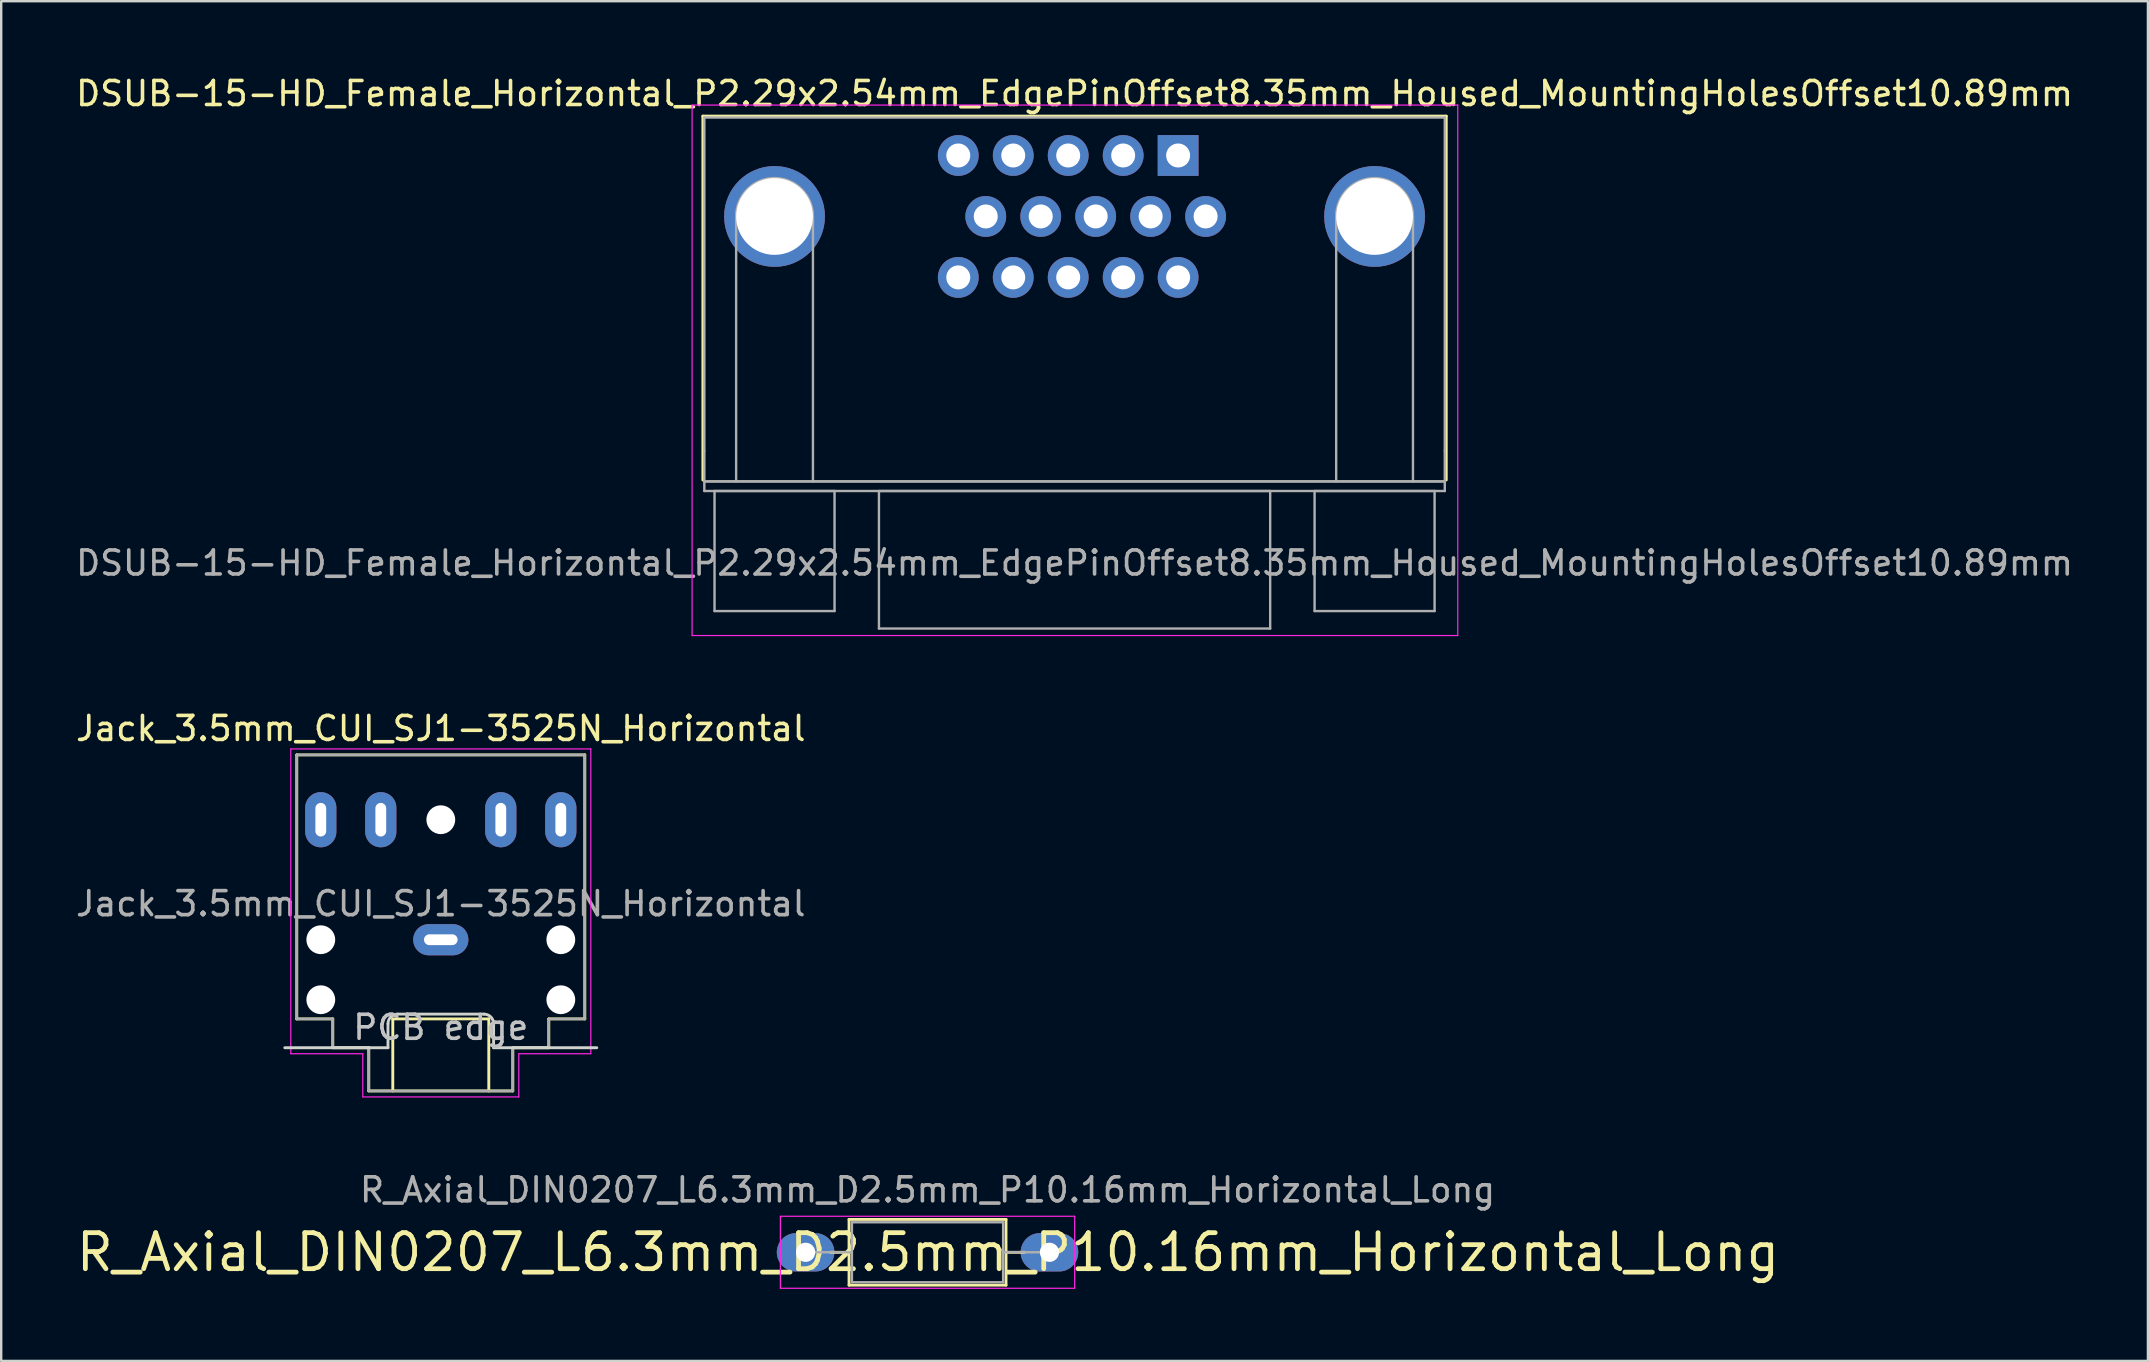
<source format=kicad_pcb>
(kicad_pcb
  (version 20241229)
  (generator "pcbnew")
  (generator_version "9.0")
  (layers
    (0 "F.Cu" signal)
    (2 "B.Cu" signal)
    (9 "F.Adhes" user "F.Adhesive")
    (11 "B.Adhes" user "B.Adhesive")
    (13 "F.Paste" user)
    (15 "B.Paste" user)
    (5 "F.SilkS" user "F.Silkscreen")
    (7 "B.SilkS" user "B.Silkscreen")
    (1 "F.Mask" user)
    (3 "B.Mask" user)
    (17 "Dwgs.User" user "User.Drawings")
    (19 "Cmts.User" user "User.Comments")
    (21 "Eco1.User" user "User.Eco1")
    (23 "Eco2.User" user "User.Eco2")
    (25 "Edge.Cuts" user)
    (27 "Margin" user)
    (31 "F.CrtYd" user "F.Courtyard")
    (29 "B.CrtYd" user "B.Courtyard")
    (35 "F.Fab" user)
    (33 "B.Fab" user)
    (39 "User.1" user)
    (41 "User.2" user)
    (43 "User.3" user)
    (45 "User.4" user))
  (footprint "Jack_3.5mm_CUI_SJ1-3525N_Horizontal"
    (layer "F.Cu")
    (at 15.315 36.102)
    (property "Reference" "Jack_3.5mm_CUI_SJ1-3525N_Horizontal" (at 0 -8.8 0) (layer "F.SilkS") (effects (font (size 1 1) (thickness 0.15))))
    (attr through_hole exclude_from_pos_files exclude_from_bom)
    (fp_line (start -6 -7.7) (end 6 -7.7) (stroke (width 0.12) (type solid)) (layer "F.SilkS"))
    (fp_line (start -6 3.3) (end -6 -7.7) (stroke (width 0.12) (type solid)) (layer "F.SilkS"))
    (fp_line (start -4.5 3.3) (end -6 3.3) (stroke (width 0.12) (type solid)) (layer "F.SilkS"))
    (fp_line (start -4.5 4.5) (end -4.5 3.3) (stroke (width 0.12) (type solid)) (layer "F.SilkS"))
    (fp_line (start -3 4.5) (end -4.5 4.5) (stroke (width 0.12) (type solid)) (layer "F.SilkS"))
    (fp_line (start -3 6.3) (end -3 4.5) (stroke (width 0.12) (type solid)) (layer "F.SilkS"))
    (fp_line (start -2 3.3) (end -2 6.3) (stroke (width 0.12) (type solid)) (layer "F.SilkS"))
    (fp_line (start 2 3.3) (end -2 3.3) (stroke (width 0.12) (type solid)) (layer "F.SilkS"))
    (fp_line (start 2 6.3) (end 2 3.3) (stroke (width 0.12) (type solid)) (layer "F.SilkS"))
    (fp_line (start 3 4.5) (end 3 6.3) (stroke (width 0.12) (type solid)) (layer "F.SilkS"))
    (fp_line (start 3 6.3) (end -3 6.3) (stroke (width 0.12) (type solid)) (layer "F.SilkS"))
    (fp_line (start 4.5 3.3) (end 4.5 4.5) (stroke (width 0.12) (type solid)) (layer "F.SilkS"))
    (fp_line (start 4.5 4.5) (end 3 4.5) (stroke (width 0.12) (type solid)) (layer "F.SilkS"))
    (fp_line (start 6 -7.7) (end 6 3.3) (stroke (width 0.12) (type solid)) (layer "F.SilkS"))
    (fp_line (start 6 3.3) (end 4.5 3.3) (stroke (width 0.12) (type solid)) (layer "F.SilkS"))
    (fp_line (start -2.2 3.5) (end -2.2 4.5) (stroke (width 0.12) (type solid)) (layer "Edge.Cuts"))
    (fp_line (start -2.2 4.5) (end -6.5 4.5) (stroke (width 0.12) (type solid)) (layer "Edge.Cuts"))
    (fp_line (start 1.8 3.1) (end -1.8 3.1) (stroke (width 0.12) (type solid)) (layer "Edge.Cuts"))
    (fp_line (start 2.2 3.5) (end 2.2 4.5) (stroke (width 0.12) (type solid)) (layer "Edge.Cuts"))
    (fp_line (start 2.2 4.5) (end 6.5 4.5) (stroke (width 0.12) (type solid)) (layer "Edge.Cuts"))
    (fp_arc (start -2.2 3.5) (mid -2.082842 3.217158) (end -1.8 3.1) (stroke (width 0.12) (type solid)) (layer "Edge.Cuts"))
    (fp_arc (start 1.8 3.1) (mid 2.082843 3.217157) (end 2.2 3.5) (stroke (width 0.12) (type solid)) (layer "Edge.Cuts"))
    (fp_line (start -6.25 -7.95) (end -6.25 4.75) (stroke (width 0.05) (type solid)) (layer "F.CrtYd"))
    (fp_line (start -6.25 4.75) (end -3.25 4.75) (stroke (width 0.05) (type solid)) (layer "F.CrtYd"))
    (fp_line (start -3.25 4.75) (end -3.25 6.55) (stroke (width 0.05) (type solid)) (layer "F.CrtYd"))
    (fp_line (start -3.25 6.55) (end 3.25 6.55) (stroke (width 0.05) (type solid)) (layer "F.CrtYd"))
    (fp_line (start 3.25 4.75) (end 6.25 4.75) (stroke (width 0.05) (type solid)) (layer "F.CrtYd"))
    (fp_line (start 3.25 6.55) (end 3.25 4.75) (stroke (width 0.05) (type solid)) (layer "F.CrtYd"))
    (fp_line (start 6.25 -7.95) (end -6.25 -7.95) (stroke (width 0.05) (type solid)) (layer "F.CrtYd"))
    (fp_line (start 6.25 4.5) (end 6.25 -7.95) (stroke (width 0.05) (type solid)) (layer "F.CrtYd"))
    (fp_line (start 6.25 4.75) (end 6.25 4.5) (stroke (width 0.05) (type solid)) (layer "F.CrtYd"))
    (fp_line (start -6 -7.7) (end 6 -7.7) (stroke (width 0.1) (type solid)) (layer "F.Fab"))
    (fp_line (start -6 3.3) (end -6 -7.7) (stroke (width 0.1) (type solid)) (layer "F.Fab"))
    (fp_line (start -4.5 3.3) (end -6 3.3) (stroke (width 0.1) (type solid)) (layer "F.Fab"))
    (fp_line (start -4.5 4.5) (end -4.5 3.3) (stroke (width 0.1) (type solid)) (layer "F.Fab"))
    (fp_line (start -4.5 4.5) (end -3 4.5) (stroke (width 0.1) (type solid)) (layer "F.Fab"))
    (fp_line (start -3 4.5) (end -3 6.3) (stroke (width 0.1) (type solid)) (layer "F.Fab"))
    (fp_line (start -3 6.3) (end 3 6.3) (stroke (width 0.1) (type solid)) (layer "F.Fab"))
    (fp_line (start 3 4.5) (end 3 6.3) (stroke (width 0.1) (type solid)) (layer "F.Fab"))
    (fp_line (start 4.5 3.3) (end 6 3.3) (stroke (width 0.1) (type solid)) (layer "F.Fab"))
    (fp_line (start 4.5 4.5) (end 3 4.5) (stroke (width 0.1) (type solid)) (layer "F.Fab"))
    (fp_line (start 4.5 4.5) (end 4.5 3.3) (stroke (width 0.1) (type solid)) (layer "F.Fab"))
    (fp_line (start 6 3.3) (end 6 -7.7) (stroke (width 0.1) (type solid)) (layer "F.Fab"))
    (fp_text user "PCB edge" (at 0 3.65 0) (unlocked yes) (layer "Dwgs.User") (effects (font (size 1 1) (thickness 0.15))))
    (fp_text user "${REFERENCE}" (at 0 -1.5 0) (layer "F.Fab") (effects (font (size 1 1) (thickness 0.15))))
    (pad "" np_thru_hole circle (at -5 0) (size 1.2 1.2) (drill 1.2) (layers "*.Cu"))
    (pad "" np_thru_hole circle (at -5 2.5) (size 1.2 1.2) (drill 1.2) (layers "*.Cu"))
    (pad "" np_thru_hole circle (at 0 -5) (size 1.2 1.2) (drill 1.2) (layers "*.Cu"))
    (pad "" np_thru_hole circle (at 5 0) (size 1.2 1.2) (drill 1.2) (layers "*.Cu"))
    (pad "" np_thru_hole circle (at 5 2.5) (size 1.2 1.2) (drill 1.2) (layers "*.Cu"))
    (pad "R" thru_hole oval (at -5 -5) (size 1.3 2.3) (drill oval 0.45 1.4) (layers "*.Cu" "*.Mask"))
    (pad "RN" thru_hole oval (at -2.5 -5) (size 1.3 2.3) (drill oval 0.45 1.4) (layers "*.Cu" "*.Mask"))
    (pad "S" thru_hole oval (at 0 0) (size 2.3 1.3) (drill oval 1.4 0.45) (layers "*.Cu" "*.Mask"))
    (pad "T" thru_hole oval (at 5 -5 180) (size 1.3 2.3) (drill oval 0.45 1.4) (layers "*.Cu" "*.Mask"))
    (pad "TN" thru_hole oval (at 2.5 -5 180) (size 1.3 2.3) (drill oval 0.45 1.4) (layers "*.Cu" "*.Mask")))
  (footprint "DSUB-15-HD_Female_Horizontal_P2.29x2.54mm_EdgePinOffset8.35mm_Housed_MountingHolesOffset10.89mm"
    (layer "F.Cu")
    (at 46.035 3.428)
    (property "Reference" "DSUB-15-HD_Female_Horizontal_P2.29x2.54mm_EdgePinOffset8.35mm_Housed_MountingHolesOffset10.89mm" (at -4.315 -2.58 0) (layer "F.SilkS") (effects (font (size 1 1) (thickness 0.15))))
    (attr through_hole)
    (fp_line (start -19.8 -1.64) (end 11.17 -1.64) (stroke (width 0.12) (type solid)) (layer "F.SilkS"))
    (fp_line (start -19.8 13.52) (end -19.8 -1.64) (stroke (width 0.12) (type solid)) (layer "F.SilkS"))
    (fp_line (start 11.17 -1.64) (end 11.17 13.52) (stroke (width 0.12) (type solid)) (layer "F.SilkS"))
    (fp_line (start -20.25 -2.1) (end -20.25 20) (stroke (width 0.05) (type solid)) (layer "F.CrtYd"))
    (fp_line (start -20.25 20) (end 11.65 20) (stroke (width 0.05) (type solid)) (layer "F.CrtYd"))
    (fp_line (start 11.65 -2.1) (end -20.25 -2.1) (stroke (width 0.05) (type solid)) (layer "F.CrtYd"))
    (fp_line (start 11.65 20) (end 11.65 -2.1) (stroke (width 0.05) (type solid)) (layer "F.CrtYd"))
    (fp_line (start -19.74 -1.58) (end -19.74 12.31) (stroke (width 0.1) (type solid)) (layer "F.Fab"))
    (fp_line (start -19.74 12.31) (end -19.74 13.98) (stroke (width 0.1) (type solid)) (layer "F.Fab"))
    (fp_line (start -19.74 13.58) (end 11.11 13.58) (stroke (width 0.1) (type solid)) (layer "F.Fab"))
    (fp_line (start -19.74 13.98) (end 11.11 13.98) (stroke (width 0.1) (type solid)) (layer "F.Fab"))
    (fp_line (start -19.315 13.98) (end -19.315 18.98) (stroke (width 0.1) (type solid)) (layer "F.Fab"))
    (fp_line (start -19.315 18.98) (end -14.315 18.98) (stroke (width 0.1) (type solid)) (layer "F.Fab"))
    (fp_line (start -18.415 13.58) (end -18.415 2.54) (stroke (width 0.1) (type solid)) (layer "F.Fab"))
    (fp_line (start -15.215 13.58) (end -15.215 2.54) (stroke (width 0.1) (type solid)) (layer "F.Fab"))
    (fp_line (start -14.315 13.98) (end -19.315 13.98) (stroke (width 0.1) (type solid)) (layer "F.Fab"))
    (fp_line (start -14.315 18.98) (end -14.315 13.98) (stroke (width 0.1) (type solid)) (layer "F.Fab"))
    (fp_line (start -12.465 13.98) (end -12.465 19.71) (stroke (width 0.1) (type solid)) (layer "F.Fab"))
    (fp_line (start -12.465 19.71) (end 3.835 19.71) (stroke (width 0.1) (type solid)) (layer "F.Fab"))
    (fp_line (start 3.835 13.98) (end -12.465 13.98) (stroke (width 0.1) (type solid)) (layer "F.Fab"))
    (fp_line (start 3.835 19.71) (end 3.835 13.98) (stroke (width 0.1) (type solid)) (layer "F.Fab"))
    (fp_line (start 5.685 13.98) (end 5.685 18.98) (stroke (width 0.1) (type solid)) (layer "F.Fab"))
    (fp_line (start 5.685 18.98) (end 10.685 18.98) (stroke (width 0.1) (type solid)) (layer "F.Fab"))
    (fp_line (start 6.585 13.58) (end 6.585 2.54) (stroke (width 0.1) (type solid)) (layer "F.Fab"))
    (fp_line (start 9.785 13.58) (end 9.785 2.54) (stroke (width 0.1) (type solid)) (layer "F.Fab"))
    (fp_line (start 10.685 13.98) (end 5.685 13.98) (stroke (width 0.1) (type solid)) (layer "F.Fab"))
    (fp_line (start 10.685 18.98) (end 10.685 13.98) (stroke (width 0.1) (type solid)) (layer "F.Fab"))
    (fp_line (start 11.11 -1.58) (end -19.74 -1.58) (stroke (width 0.1) (type solid)) (layer "F.Fab"))
    (fp_line (start 11.11 12.31) (end 11.11 -1.58) (stroke (width 0.1) (type solid)) (layer "F.Fab"))
    (fp_line (start 11.11 13.58) (end -19.74 13.58) (stroke (width 0.1) (type solid)) (layer "F.Fab"))
    (fp_line (start 11.11 13.98) (end 11.11 12.31) (stroke (width 0.1) (type solid)) (layer "F.Fab"))
    (fp_arc (start -18.415 2.54) (mid -16.815 0.94) (end -15.215 2.54) (stroke (width 0.1) (type solid)) (layer "F.Fab"))
    (fp_arc (start 6.585 2.54) (mid 8.185 0.94) (end 9.785 2.54) (stroke (width 0.1) (type solid)) (layer "F.Fab"))
    (fp_text user "${REFERENCE}" (at -4.315 16.98 0) (layer "F.Fab") (effects (font (size 1 1) (thickness 0.15))))
    (pad "0" thru_hole circle (at -16.815 2.54) (size 4.2 4.2) (drill 3.2) (layers "*.Cu" "*.Mask"))
    (pad "0" thru_hole circle (at 8.185 2.54) (size 4.2 4.2) (drill 3.2) (layers "*.Cu" "*.Mask"))
    (pad "1" thru_hole rect (at 0 0) (size 1.7 1.7) (drill 1) (layers "*.Cu" "*.Mask"))
    (pad "2" thru_hole circle (at -2.29 0) (size 1.7 1.7) (drill 1) (layers "*.Cu" "*.Mask"))
    (pad "3" thru_hole circle (at -4.58 0) (size 1.7 1.7) (drill 1) (layers "*.Cu" "*.Mask"))
    (pad "4" thru_hole circle (at -6.87 0) (size 1.7 1.7) (drill 1) (layers "*.Cu" "*.Mask"))
    (pad "5" thru_hole circle (at -9.16 0) (size 1.7 1.7) (drill 1) (layers "*.Cu" "*.Mask"))
    (pad "6" thru_hole circle (at 1.145 2.54) (size 1.7 1.7) (drill 1) (layers "*.Cu" "*.Mask"))
    (pad "7" thru_hole circle (at -1.145 2.54) (size 1.7 1.7) (drill 1) (layers "*.Cu" "*.Mask"))
    (pad "8" thru_hole circle (at -3.435 2.54) (size 1.7 1.7) (drill 1) (layers "*.Cu" "*.Mask"))
    (pad "9" thru_hole circle (at -5.725 2.54) (size 1.7 1.7) (drill 1) (layers "*.Cu" "*.Mask"))
    (pad "10" thru_hole circle (at -8.015 2.54) (size 1.7 1.7) (drill 1) (layers "*.Cu" "*.Mask"))
    (pad "11" thru_hole circle (at 0 5.08) (size 1.7 1.7) (drill 1) (layers "*.Cu" "*.Mask"))
    (pad "12" thru_hole circle (at -2.29 5.08) (size 1.7 1.7) (drill 1) (layers "*.Cu" "*.Mask"))
    (pad "13" thru_hole circle (at -4.58 5.08) (size 1.7 1.7) (drill 1) (layers "*.Cu" "*.Mask"))
    (pad "14" thru_hole circle (at -6.87 5.08) (size 1.7 1.7) (drill 1) (layers "*.Cu" "*.Mask"))
    (pad "15" thru_hole circle (at -9.16 5.08) (size 1.7 1.7) (drill 1) (layers "*.Cu" "*.Mask")))
  (footprint "R_Axial_DIN0207_L6.3mm_D2.5mm_P10.16mm_Horizontal_Long"
    (layer "F.Cu")
    (at 30.514 49.125)
    (property "Reference" "R_Axial_DIN0207_L6.3mm_D2.5mm_P10.16mm_Horizontal_Long" (at 5.1 0 0) (layer "F.SilkS") (effects (font (size 1.5 1.5) (thickness 0.2))))
    (attr through_hole)
    (fp_line (start 1.04 0) (end 1.81 0) (stroke (width 0.12) (type solid)) (layer "F.SilkS"))
    (fp_line (start 1.81 -1.37) (end 1.81 1.37) (stroke (width 0.12) (type solid)) (layer "F.SilkS"))
    (fp_line (start 1.81 1.37) (end 8.35 1.37) (stroke (width 0.12) (type solid)) (layer "F.SilkS"))
    (fp_line (start 8.35 -1.37) (end 1.81 -1.37) (stroke (width 0.12) (type solid)) (layer "F.SilkS"))
    (fp_line (start 8.35 1.37) (end 8.35 -1.37) (stroke (width 0.12) (type solid)) (layer "F.SilkS"))
    (fp_line (start 9.12 0) (end 8.35 0) (stroke (width 0.12) (type solid)) (layer "F.SilkS"))
    (fp_line (start -1.05 -1.5) (end -1.05 1.5) (stroke (width 0.05) (type solid)) (layer "F.CrtYd"))
    (fp_line (start -1.05 1.5) (end 11.21 1.5) (stroke (width 0.05) (type solid)) (layer "F.CrtYd"))
    (fp_line (start 11.21 -1.5) (end -1.05 -1.5) (stroke (width 0.05) (type solid)) (layer "F.CrtYd"))
    (fp_line (start 11.21 1.5) (end 11.21 -1.5) (stroke (width 0.05) (type solid)) (layer "F.CrtYd"))
    (fp_line (start 0 0) (end 1.93 0) (stroke (width 0.1) (type solid)) (layer "F.Fab"))
    (fp_line (start 1.93 -1.25) (end 1.93 1.25) (stroke (width 0.1) (type solid)) (layer "F.Fab"))
    (fp_line (start 1.93 1.25) (end 8.23 1.25) (stroke (width 0.1) (type solid)) (layer "F.Fab"))
    (fp_line (start 8.23 -1.25) (end 1.93 -1.25) (stroke (width 0.1) (type solid)) (layer "F.Fab"))
    (fp_line (start 8.23 1.25) (end 8.23 -1.25) (stroke (width 0.1) (type solid)) (layer "F.Fab"))
    (fp_line (start 10.16 0) (end 8.23 0) (stroke (width 0.1) (type solid)) (layer "F.Fab"))
    (fp_text user "${REFERENCE}" (at 5.08 -2.6 0) (layer "F.Fab") (effects (font (size 1 1) (thickness 0.15))))
    (pad "1" thru_hole oval (at 0 0) (size 2.4 1.6) (drill 0.8) (layers "*.Cu" "*.Mask"))
    (pad "2" thru_hole oval (at 10.16 0) (size 2.4 1.6) (drill 0.8) (layers "*.Cu" "*.Mask")))
  (gr_rect
    (start -3 -3)
    (end 86.44 53.65)
    (stroke (width 0.1) (type default))
    (fill no)
    (layer "Edge.Cuts")))
</source>
